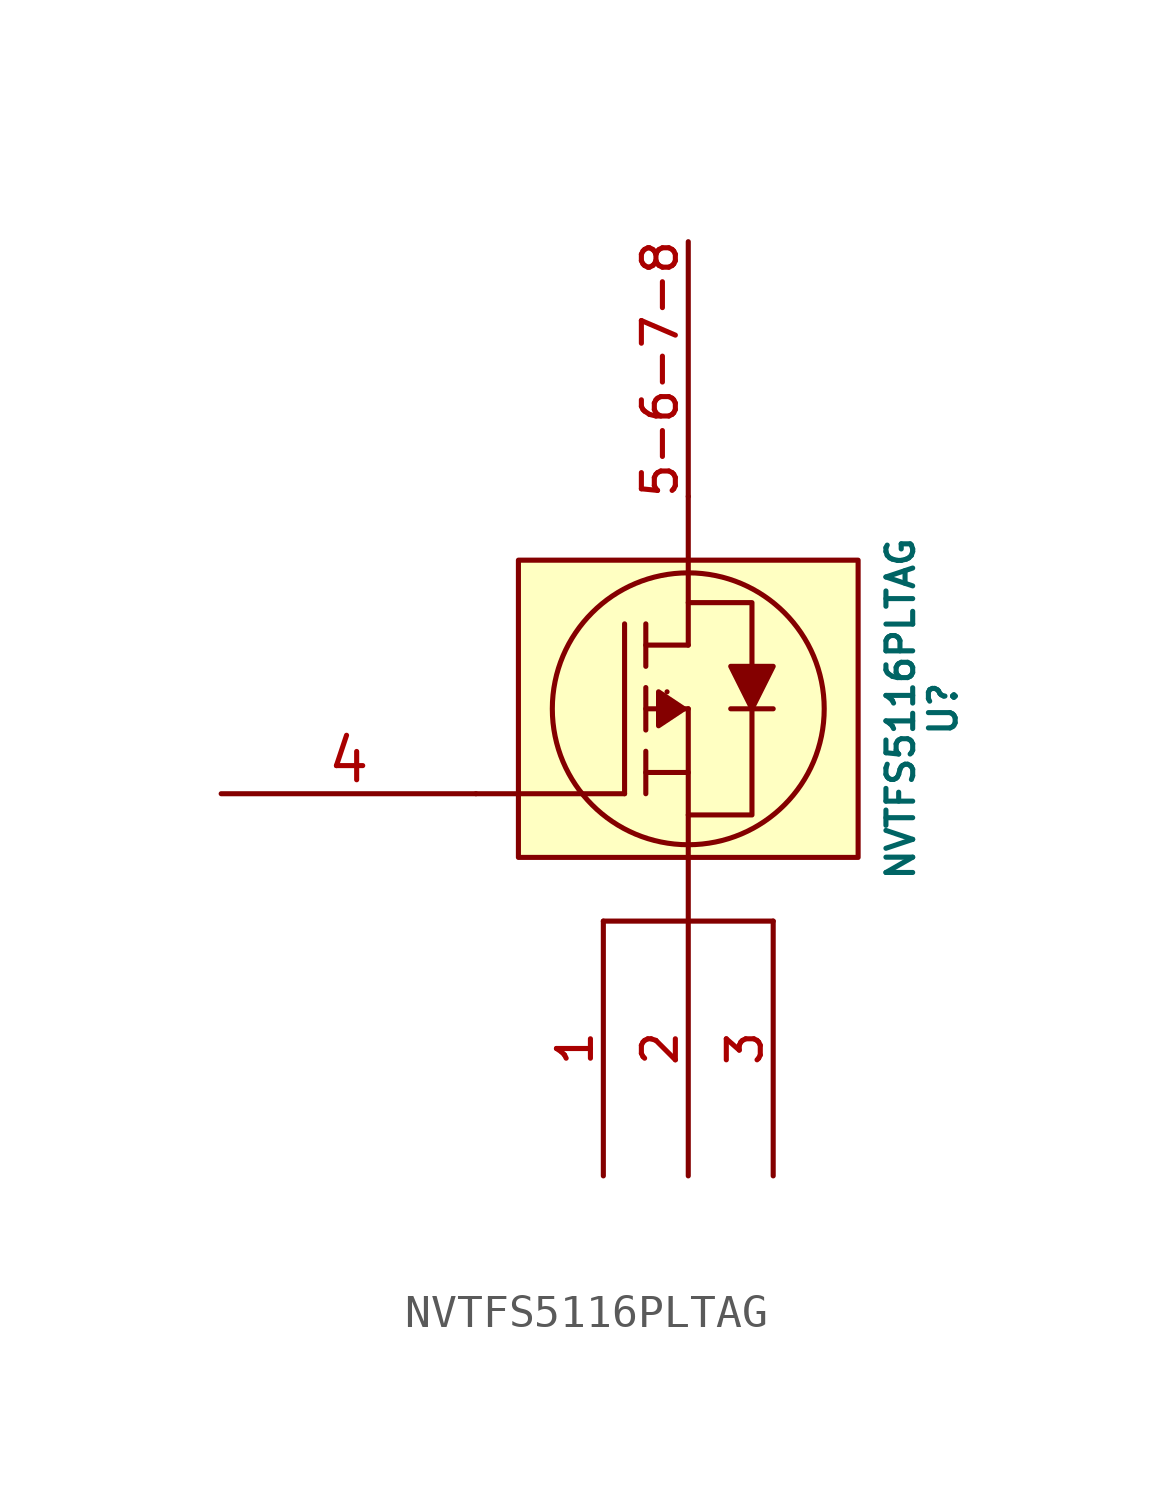
<source format=kicad_sym>
(kicad_symbol_lib
  (version 20220914)
  (generator kicad_symbol_editor)
  (symbol "NVTFS5116PLTAG"
    (pin_names
      (offset 0.254))
    (property "Reference" "U"
      (at 27.94 -13.97 90)
      (effects (font (size 0.8 0.8))))
    (property "Value" "NVTFS5116PLTAG"
      (at 26.67 -13.97 90)
      (effects (font (size 0.8 0.8))))
    (property "ki_locked" ""
      (at 0 0 0)
      (effects (font (size 1.27 1.27))))
    (symbol "NVTFS5116PLTAG_0_1"
      (polyline (pts (xy 13.97 -16.51) (xy 18.415 -16.51)) (stroke (width 0) (type default)) (fill (type none)))
      (polyline (pts (xy 18.415 -11.43) (xy 18.415 -16.51)) (stroke (width 0) (type default)) (fill (type none)))
      (polyline (pts (xy 19.05 -16.51) (xy 19.05 -15.24)) (stroke (width 0) (type default)) (fill (type none)))
      (polyline (pts (xy 19.05 -15.875) (xy 20.32 -15.875)) (stroke (width 0) (type default)) (fill (type none)))
      (polyline (pts (xy 19.05 -14.605) (xy 19.05 -13.335)) (stroke (width 0) (type default)) (fill (type none)))
      (polyline (pts (xy 19.05 -13.97) (xy 20.32 -13.97)) (stroke (width 0) (type default)) (fill (type none)))
      (polyline (pts (xy 19.05 -12.7) (xy 19.05 -11.43)) (stroke (width 0) (type default)) (fill (type none)))
      (polyline (pts (xy 19.05 -12.065) (xy 20.32 -12.065)) (stroke (width 0) (type default)) (fill (type none)))
      (polyline (pts (xy 19.685 -13.462) (xy 19.685 -13.462)) (stroke (width 0) (type default)) (fill (type none)))
      (polyline (pts (xy 20.32 -13.97) (xy 20.32 -20.32)) (stroke (width 0) (type default)) (fill (type none)))
      (polyline (pts (xy 20.32 -12.065) (xy 20.32 -7.62)) (stroke (width 0) (type default)) (fill (type none)))
      (polyline (pts (xy 21.59 -13.97) (xy 22.86 -13.97)) (stroke (width 0) (type default)) (fill (type none)))
      (polyline (pts (xy 22.86 -20.32) (xy 17.78 -20.32)) (stroke (width 0) (type default)) (fill (type none)))
      (polyline (pts (xy 20.32 -10.795) (xy 22.225 -10.795) (xy 22.225 -17.145) (xy 20.32 -17.145)) (stroke (width 0) (type default)) (fill (type none)))
      (circle (center 20.32 -13.97) (radius 4.066) (stroke (width 0) (type default)) (fill (type none))))
    (symbol "NVTFS5116PLTAG_1_1"
      (polyline (pts (xy 19.431 -13.462) (xy 19.431 -14.478) (xy 20.193 -13.97) (xy 19.431 -13.462)) (stroke (width 0) (type default)) (fill (type outline)))
      (polyline (pts (xy 21.59 -12.7) (xy 22.86 -12.7) (xy 22.225 -13.97) (xy 21.59 -12.7)) (stroke (width 0) (type default)) (fill (type outline)))
      (rectangle (start 15.24 -9.525) (end 25.4 -18.415) (stroke (width 0) (type default)) (fill (type background)))
      (pin passive line (at 17.78 -27.94 90) (length 7.62) (name "" (effects (font (size 1.27 1.27)))) (number "1" (effects (font (size 1.016 1.016)))))
      (pin passive line (at 20.32 -27.94 90) (length 7.62) (name "" (effects (font (size 1.27 1.27)))) (number "2" (effects (font (size 1.016 1.016)))))
      (pin passive line (at 22.86 -27.94 90) (length 7.62) (name "" (effects (font (size 1.27 1.27)))) (number "3" (effects (font (size 1.016 1.016)))))
      (pin passive line (at 6.35 -16.51 0) (length 7.62) (name "" (effects (font (size 1.016 1.016)))) (number "4" (effects (font (size 1.27 1.27)))))
      (pin passive line (at 20.32 0 270) (length 7.62) (name "" (effects (font (size 0.5 0.5)))) (number "5-6-7-8" (effects (font (size 1.016 1.016))))))))
</source>
